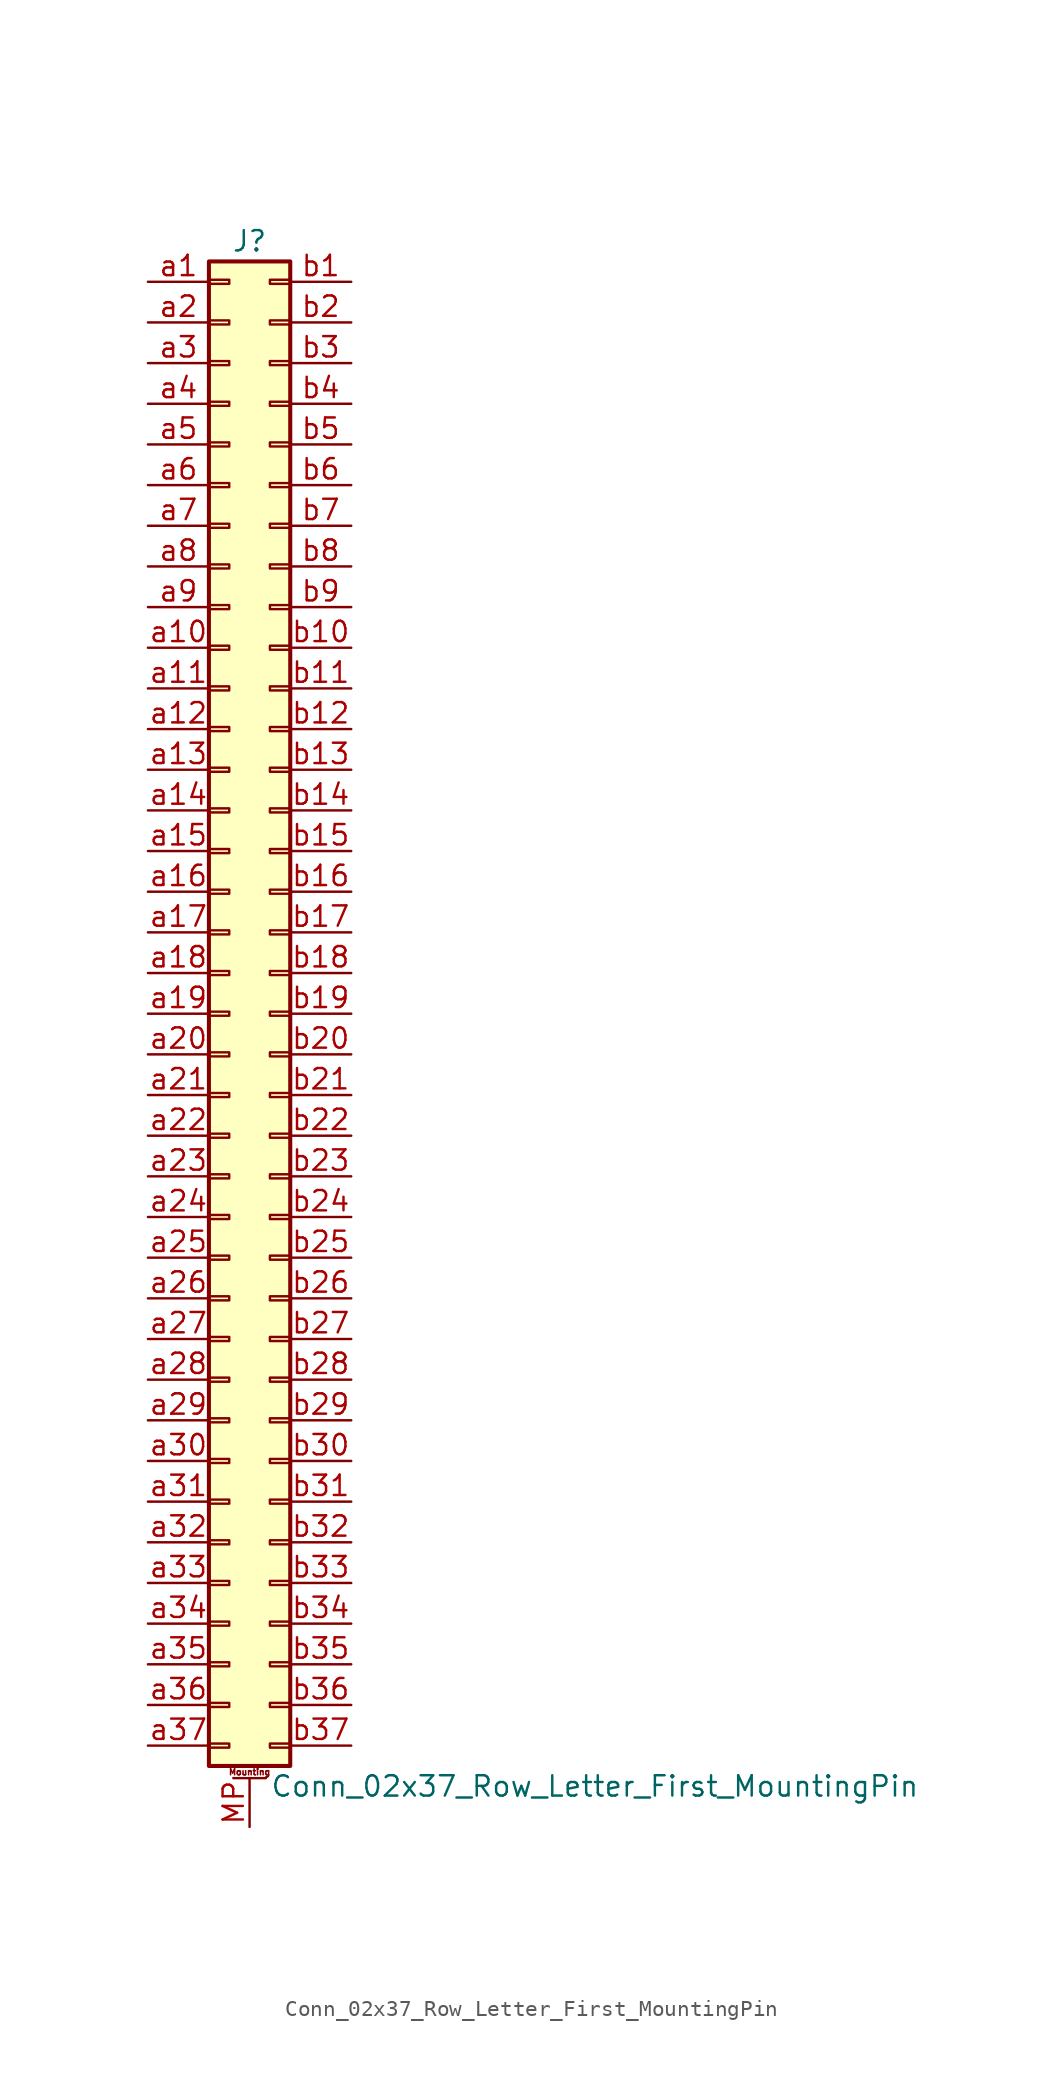
<source format=kicad_sym>
(kicad_symbol_lib
  (version 20201005)
  (generator kicad_symbol_editor)
  (symbol "Connector_Generic_MountingPin:Conn_02x37_Row_Letter_First_MountingPin"
    (pin_names
      (offset 1.016) hide)
    (property "Reference" "J"
      (at 1.27 48.26 0)
      (effects (font (size 1.27 1.27))))
    (property "Value" "Conn_02x37_Row_Letter_First_MountingPin"
      (at 2.54 -48.26 0)
      (effects (font (size 1.27 1.27)) (justify left)))
    (symbol "Conn_02x37_Row_Letter_First_MountingPin_1_1"
      (text "Mounting" (at 1.27 -47.371 0) (effects (font (size 0.381 0.381))))
      (rectangle (start -1.27 -27.813) (end 0 -28.067) (stroke (width 0.152)) (fill (type none)))
      (rectangle (start -1.27 -30.353) (end 0 -30.607) (stroke (width 0.152)) (fill (type none)))
      (rectangle (start -1.27 -32.893) (end 0 -33.147) (stroke (width 0.152)) (fill (type none)))
      (rectangle (start -1.27 -35.433) (end 0 -35.687) (stroke (width 0.152)) (fill (type none)))
      (rectangle (start -1.27 -37.973) (end 0 -38.227) (stroke (width 0.152)) (fill (type none)))
      (rectangle (start -1.27 -40.513) (end 0 -40.767) (stroke (width 0.152)) (fill (type none)))
      (rectangle (start -1.27 -43.053) (end 0 -43.307) (stroke (width 0.152)) (fill (type none)))
      (rectangle (start -1.27 -45.593) (end 0 -45.847) (stroke (width 0.152)) (fill (type none)))
      (rectangle (start -1.27 -4.953) (end 0 -5.207) (stroke (width 0.152)) (fill (type none)))
      (rectangle (start -1.27 -7.493) (end 0 -7.747) (stroke (width 0.152)) (fill (type none)))
      (rectangle (start -1.27 -10.033) (end 0 -10.287) (stroke (width 0.152)) (fill (type none)))
      (rectangle (start -1.27 -12.573) (end 0 -12.827) (stroke (width 0.152)) (fill (type none)))
      (rectangle (start -1.27 -15.113) (end 0 -15.367) (stroke (width 0.152)) (fill (type none)))
      (rectangle (start -1.27 -17.653) (end 0 -17.907) (stroke (width 0.152)) (fill (type none)))
      (rectangle (start -1.27 -20.193) (end 0 -20.447) (stroke (width 0.152)) (fill (type none)))
      (rectangle (start -1.27 -22.733) (end 0 -22.987) (stroke (width 0.152)) (fill (type none)))
      (rectangle (start -1.27 -2.413) (end 0 -2.667) (stroke (width 0.152)) (fill (type none)))
      (rectangle (start -1.27 -25.273) (end 0 -25.527) (stroke (width 0.152)) (fill (type none)))
      (rectangle (start -1.27 25.527) (end 0 25.273) (stroke (width 0.152)) (fill (type none)))
      (rectangle (start -1.27 2.667) (end 0 2.413) (stroke (width 0.152)) (fill (type none)))
      (rectangle (start -1.27 28.067) (end 0 27.813) (stroke (width 0.152)) (fill (type none)))
      (rectangle (start -1.27 30.607) (end 0 30.353) (stroke (width 0.152)) (fill (type none)))
      (rectangle (start -1.27 33.147) (end 0 32.893) (stroke (width 0.152)) (fill (type none)))
      (rectangle (start -1.27 35.687) (end 0 35.433) (stroke (width 0.152)) (fill (type none)))
      (rectangle (start -1.27 38.227) (end 0 37.973) (stroke (width 0.152)) (fill (type none)))
      (rectangle (start -1.27 40.767) (end 0 40.513) (stroke (width 0.152)) (fill (type none)))
      (rectangle (start -1.27 43.307) (end 0 43.053) (stroke (width 0.152)) (fill (type none)))
      (rectangle (start -1.27 45.847) (end 0 45.593) (stroke (width 0.152)) (fill (type none)))
      (rectangle (start -1.27 46.99) (end 3.81 -46.99) (stroke (width 0.254)) (fill (type background)))
      (rectangle (start -1.27 5.207) (end 0 4.953) (stroke (width 0.152)) (fill (type none)))
      (rectangle (start -1.27 7.747) (end 0 7.493) (stroke (width 0.152)) (fill (type none)))
      (rectangle (start -1.27 10.287) (end 0 10.033) (stroke (width 0.152)) (fill (type none)))
      (rectangle (start -1.27 0.127) (end 0 -0.127) (stroke (width 0.152)) (fill (type none)))
      (rectangle (start -1.27 12.827) (end 0 12.573) (stroke (width 0.152)) (fill (type none)))
      (rectangle (start -1.27 15.367) (end 0 15.113) (stroke (width 0.152)) (fill (type none)))
      (rectangle (start -1.27 17.907) (end 0 17.653) (stroke (width 0.152)) (fill (type none)))
      (rectangle (start -1.27 20.447) (end 0 20.193) (stroke (width 0.152)) (fill (type none)))
      (rectangle (start -1.27 22.987) (end 0 22.733) (stroke (width 0.152)) (fill (type none)))
      (rectangle (start 3.81 -27.813) (end 2.54 -28.067) (stroke (width 0.152)) (fill (type none)))
      (rectangle (start 3.81 -30.353) (end 2.54 -30.607) (stroke (width 0.152)) (fill (type none)))
      (rectangle (start 3.81 -32.893) (end 2.54 -33.147) (stroke (width 0.152)) (fill (type none)))
      (rectangle (start 3.81 -35.433) (end 2.54 -35.687) (stroke (width 0.152)) (fill (type none)))
      (rectangle (start 3.81 -37.973) (end 2.54 -38.227) (stroke (width 0.152)) (fill (type none)))
      (rectangle (start 3.81 -40.513) (end 2.54 -40.767) (stroke (width 0.152)) (fill (type none)))
      (rectangle (start 3.81 -43.053) (end 2.54 -43.307) (stroke (width 0.152)) (fill (type none)))
      (rectangle (start 3.81 -45.593) (end 2.54 -45.847) (stroke (width 0.152)) (fill (type none)))
      (rectangle (start 3.81 -4.953) (end 2.54 -5.207) (stroke (width 0.152)) (fill (type none)))
      (rectangle (start 3.81 -7.493) (end 2.54 -7.747) (stroke (width 0.152)) (fill (type none)))
      (rectangle (start 3.81 -10.033) (end 2.54 -10.287) (stroke (width 0.152)) (fill (type none)))
      (rectangle (start 3.81 -12.573) (end 2.54 -12.827) (stroke (width 0.152)) (fill (type none)))
      (rectangle (start 3.81 -15.113) (end 2.54 -15.367) (stroke (width 0.152)) (fill (type none)))
      (rectangle (start 3.81 -17.653) (end 2.54 -17.907) (stroke (width 0.152)) (fill (type none)))
      (rectangle (start 3.81 -20.193) (end 2.54 -20.447) (stroke (width 0.152)) (fill (type none)))
      (rectangle (start 3.81 -22.733) (end 2.54 -22.987) (stroke (width 0.152)) (fill (type none)))
      (rectangle (start 3.81 -2.413) (end 2.54 -2.667) (stroke (width 0.152)) (fill (type none)))
      (rectangle (start 3.81 -25.273) (end 2.54 -25.527) (stroke (width 0.152)) (fill (type none)))
      (rectangle (start 3.81 25.527) (end 2.54 25.273) (stroke (width 0.152)) (fill (type none)))
      (rectangle (start 3.81 2.667) (end 2.54 2.413) (stroke (width 0.152)) (fill (type none)))
      (rectangle (start 3.81 28.067) (end 2.54 27.813) (stroke (width 0.152)) (fill (type none)))
      (rectangle (start 3.81 30.607) (end 2.54 30.353) (stroke (width 0.152)) (fill (type none)))
      (rectangle (start 3.81 33.147) (end 2.54 32.893) (stroke (width 0.152)) (fill (type none)))
      (rectangle (start 3.81 35.687) (end 2.54 35.433) (stroke (width 0.152)) (fill (type none)))
      (rectangle (start 3.81 38.227) (end 2.54 37.973) (stroke (width 0.152)) (fill (type none)))
      (rectangle (start 3.81 40.767) (end 2.54 40.513) (stroke (width 0.152)) (fill (type none)))
      (rectangle (start 3.81 43.307) (end 2.54 43.053) (stroke (width 0.152)) (fill (type none)))
      (rectangle (start 3.81 45.847) (end 2.54 45.593) (stroke (width 0.152)) (fill (type none)))
      (rectangle (start 3.81 5.207) (end 2.54 4.953) (stroke (width 0.152)) (fill (type none)))
      (rectangle (start 3.81 7.747) (end 2.54 7.493) (stroke (width 0.152)) (fill (type none)))
      (rectangle (start 3.81 10.287) (end 2.54 10.033) (stroke (width 0.152)) (fill (type none)))
      (rectangle (start 3.81 0.127) (end 2.54 -0.127) (stroke (width 0.152)) (fill (type none)))
      (rectangle (start 3.81 12.827) (end 2.54 12.573) (stroke (width 0.152)) (fill (type none)))
      (rectangle (start 3.81 15.367) (end 2.54 15.113) (stroke (width 0.152)) (fill (type none)))
      (rectangle (start 3.81 17.907) (end 2.54 17.653) (stroke (width 0.152)) (fill (type none)))
      (rectangle (start 3.81 20.447) (end 2.54 20.193) (stroke (width 0.152)) (fill (type none)))
      (rectangle (start 3.81 22.987) (end 2.54 22.733) (stroke (width 0.152)) (fill (type none)))
      (polyline (pts (xy 0.254 -47.752) (xy 2.286 -47.752)) (stroke (width 0.152)) (fill (type none)))
      (pin passive line (at 1.27 -50.8 90) (length 3.048) (name "MountPin" (effects (font (size 1.27 1.27)))) (number "MP" (effects (font (size 1.27 1.27)))))
      (pin passive line (at -5.08 45.72 0) (length 3.81) (name "Pin_a1" (effects (font (size 1.27 1.27)))) (number "a1" (effects (font (size 1.27 1.27)))))
      (pin passive line (at -5.08 22.86 0) (length 3.81) (name "Pin_a10" (effects (font (size 1.27 1.27)))) (number "a10" (effects (font (size 1.27 1.27)))))
      (pin passive line (at -5.08 20.32 0) (length 3.81) (name "Pin_a11" (effects (font (size 1.27 1.27)))) (number "a11" (effects (font (size 1.27 1.27)))))
      (pin passive line (at -5.08 17.78 0) (length 3.81) (name "Pin_a12" (effects (font (size 1.27 1.27)))) (number "a12" (effects (font (size 1.27 1.27)))))
      (pin passive line (at -5.08 15.24 0) (length 3.81) (name "Pin_a13" (effects (font (size 1.27 1.27)))) (number "a13" (effects (font (size 1.27 1.27)))))
      (pin passive line (at -5.08 12.7 0) (length 3.81) (name "Pin_a14" (effects (font (size 1.27 1.27)))) (number "a14" (effects (font (size 1.27 1.27)))))
      (pin passive line (at -5.08 10.16 0) (length 3.81) (name "Pin_a15" (effects (font (size 1.27 1.27)))) (number "a15" (effects (font (size 1.27 1.27)))))
      (pin passive line (at -5.08 7.62 0) (length 3.81) (name "Pin_a16" (effects (font (size 1.27 1.27)))) (number "a16" (effects (font (size 1.27 1.27)))))
      (pin passive line (at -5.08 5.08 0) (length 3.81) (name "Pin_a17" (effects (font (size 1.27 1.27)))) (number "a17" (effects (font (size 1.27 1.27)))))
      (pin passive line (at -5.08 2.54 0) (length 3.81) (name "Pin_a18" (effects (font (size 1.27 1.27)))) (number "a18" (effects (font (size 1.27 1.27)))))
      (pin passive line (at -5.08 0 0) (length 3.81) (name "Pin_a19" (effects (font (size 1.27 1.27)))) (number "a19" (effects (font (size 1.27 1.27)))))
      (pin passive line (at -5.08 43.18 0) (length 3.81) (name "Pin_a2" (effects (font (size 1.27 1.27)))) (number "a2" (effects (font (size 1.27 1.27)))))
      (pin passive line (at -5.08 -2.54 0) (length 3.81) (name "Pin_a20" (effects (font (size 1.27 1.27)))) (number "a20" (effects (font (size 1.27 1.27)))))
      (pin passive line (at -5.08 -5.08 0) (length 3.81) (name "Pin_a21" (effects (font (size 1.27 1.27)))) (number "a21" (effects (font (size 1.27 1.27)))))
      (pin passive line (at -5.08 -7.62 0) (length 3.81) (name "Pin_a22" (effects (font (size 1.27 1.27)))) (number "a22" (effects (font (size 1.27 1.27)))))
      (pin passive line (at -5.08 -10.16 0) (length 3.81) (name "Pin_a23" (effects (font (size 1.27 1.27)))) (number "a23" (effects (font (size 1.27 1.27)))))
      (pin passive line (at -5.08 -12.7 0) (length 3.81) (name "Pin_a24" (effects (font (size 1.27 1.27)))) (number "a24" (effects (font (size 1.27 1.27)))))
      (pin passive line (at -5.08 -15.24 0) (length 3.81) (name "Pin_a25" (effects (font (size 1.27 1.27)))) (number "a25" (effects (font (size 1.27 1.27)))))
      (pin passive line (at -5.08 -17.78 0) (length 3.81) (name "Pin_a26" (effects (font (size 1.27 1.27)))) (number "a26" (effects (font (size 1.27 1.27)))))
      (pin passive line (at -5.08 -20.32 0) (length 3.81) (name "Pin_a27" (effects (font (size 1.27 1.27)))) (number "a27" (effects (font (size 1.27 1.27)))))
      (pin passive line (at -5.08 -22.86 0) (length 3.81) (name "Pin_a28" (effects (font (size 1.27 1.27)))) (number "a28" (effects (font (size 1.27 1.27)))))
      (pin passive line (at -5.08 -25.4 0) (length 3.81) (name "Pin_a29" (effects (font (size 1.27 1.27)))) (number "a29" (effects (font (size 1.27 1.27)))))
      (pin passive line (at -5.08 40.64 0) (length 3.81) (name "Pin_a3" (effects (font (size 1.27 1.27)))) (number "a3" (effects (font (size 1.27 1.27)))))
      (pin passive line (at -5.08 -27.94 0) (length 3.81) (name "Pin_a30" (effects (font (size 1.27 1.27)))) (number "a30" (effects (font (size 1.27 1.27)))))
      (pin passive line (at -5.08 -30.48 0) (length 3.81) (name "Pin_a31" (effects (font (size 1.27 1.27)))) (number "a31" (effects (font (size 1.27 1.27)))))
      (pin passive line (at -5.08 -33.02 0) (length 3.81) (name "Pin_a32" (effects (font (size 1.27 1.27)))) (number "a32" (effects (font (size 1.27 1.27)))))
      (pin passive line (at -5.08 -35.56 0) (length 3.81) (name "Pin_a33" (effects (font (size 1.27 1.27)))) (number "a33" (effects (font (size 1.27 1.27)))))
      (pin passive line (at -5.08 -38.1 0) (length 3.81) (name "Pin_a34" (effects (font (size 1.27 1.27)))) (number "a34" (effects (font (size 1.27 1.27)))))
      (pin passive line (at -5.08 -40.64 0) (length 3.81) (name "Pin_a35" (effects (font (size 1.27 1.27)))) (number "a35" (effects (font (size 1.27 1.27)))))
      (pin passive line (at -5.08 -43.18 0) (length 3.81) (name "Pin_a36" (effects (font (size 1.27 1.27)))) (number "a36" (effects (font (size 1.27 1.27)))))
      (pin passive line (at -5.08 -45.72 0) (length 3.81) (name "Pin_a37" (effects (font (size 1.27 1.27)))) (number "a37" (effects (font (size 1.27 1.27)))))
      (pin passive line (at -5.08 38.1 0) (length 3.81) (name "Pin_a4" (effects (font (size 1.27 1.27)))) (number "a4" (effects (font (size 1.27 1.27)))))
      (pin passive line (at -5.08 35.56 0) (length 3.81) (name "Pin_a5" (effects (font (size 1.27 1.27)))) (number "a5" (effects (font (size 1.27 1.27)))))
      (pin passive line (at -5.08 33.02 0) (length 3.81) (name "Pin_a6" (effects (font (size 1.27 1.27)))) (number "a6" (effects (font (size 1.27 1.27)))))
      (pin passive line (at -5.08 30.48 0) (length 3.81) (name "Pin_a7" (effects (font (size 1.27 1.27)))) (number "a7" (effects (font (size 1.27 1.27)))))
      (pin passive line (at -5.08 27.94 0) (length 3.81) (name "Pin_a8" (effects (font (size 1.27 1.27)))) (number "a8" (effects (font (size 1.27 1.27)))))
      (pin passive line (at -5.08 25.4 0) (length 3.81) (name "Pin_a9" (effects (font (size 1.27 1.27)))) (number "a9" (effects (font (size 1.27 1.27)))))
      (pin passive line (at 7.62 45.72 180) (length 3.81) (name "Pin_b1" (effects (font (size 1.27 1.27)))) (number "b1" (effects (font (size 1.27 1.27)))))
      (pin passive line (at 7.62 22.86 180) (length 3.81) (name "Pin_b10" (effects (font (size 1.27 1.27)))) (number "b10" (effects (font (size 1.27 1.27)))))
      (pin passive line (at 7.62 20.32 180) (length 3.81) (name "Pin_b11" (effects (font (size 1.27 1.27)))) (number "b11" (effects (font (size 1.27 1.27)))))
      (pin passive line (at 7.62 17.78 180) (length 3.81) (name "Pin_b12" (effects (font (size 1.27 1.27)))) (number "b12" (effects (font (size 1.27 1.27)))))
      (pin passive line (at 7.62 15.24 180) (length 3.81) (name "Pin_b13" (effects (font (size 1.27 1.27)))) (number "b13" (effects (font (size 1.27 1.27)))))
      (pin passive line (at 7.62 12.7 180) (length 3.81) (name "Pin_b14" (effects (font (size 1.27 1.27)))) (number "b14" (effects (font (size 1.27 1.27)))))
      (pin passive line (at 7.62 10.16 180) (length 3.81) (name "Pin_b15" (effects (font (size 1.27 1.27)))) (number "b15" (effects (font (size 1.27 1.27)))))
      (pin passive line (at 7.62 7.62 180) (length 3.81) (name "Pin_b16" (effects (font (size 1.27 1.27)))) (number "b16" (effects (font (size 1.27 1.27)))))
      (pin passive line (at 7.62 5.08 180) (length 3.81) (name "Pin_b17" (effects (font (size 1.27 1.27)))) (number "b17" (effects (font (size 1.27 1.27)))))
      (pin passive line (at 7.62 2.54 180) (length 3.81) (name "Pin_b18" (effects (font (size 1.27 1.27)))) (number "b18" (effects (font (size 1.27 1.27)))))
      (pin passive line (at 7.62 0 180) (length 3.81) (name "Pin_b19" (effects (font (size 1.27 1.27)))) (number "b19" (effects (font (size 1.27 1.27)))))
      (pin passive line (at 7.62 43.18 180) (length 3.81) (name "Pin_b2" (effects (font (size 1.27 1.27)))) (number "b2" (effects (font (size 1.27 1.27)))))
      (pin passive line (at 7.62 -2.54 180) (length 3.81) (name "Pin_b20" (effects (font (size 1.27 1.27)))) (number "b20" (effects (font (size 1.27 1.27)))))
      (pin passive line (at 7.62 -5.08 180) (length 3.81) (name "Pin_b21" (effects (font (size 1.27 1.27)))) (number "b21" (effects (font (size 1.27 1.27)))))
      (pin passive line (at 7.62 -7.62 180) (length 3.81) (name "Pin_b22" (effects (font (size 1.27 1.27)))) (number "b22" (effects (font (size 1.27 1.27)))))
      (pin passive line (at 7.62 -10.16 180) (length 3.81) (name "Pin_b23" (effects (font (size 1.27 1.27)))) (number "b23" (effects (font (size 1.27 1.27)))))
      (pin passive line (at 7.62 -12.7 180) (length 3.81) (name "Pin_b24" (effects (font (size 1.27 1.27)))) (number "b24" (effects (font (size 1.27 1.27)))))
      (pin passive line (at 7.62 -15.24 180) (length 3.81) (name "Pin_b25" (effects (font (size 1.27 1.27)))) (number "b25" (effects (font (size 1.27 1.27)))))
      (pin passive line (at 7.62 -17.78 180) (length 3.81) (name "Pin_b26" (effects (font (size 1.27 1.27)))) (number "b26" (effects (font (size 1.27 1.27)))))
      (pin passive line (at 7.62 -20.32 180) (length 3.81) (name "Pin_b27" (effects (font (size 1.27 1.27)))) (number "b27" (effects (font (size 1.27 1.27)))))
      (pin passive line (at 7.62 -22.86 180) (length 3.81) (name "Pin_b28" (effects (font (size 1.27 1.27)))) (number "b28" (effects (font (size 1.27 1.27)))))
      (pin passive line (at 7.62 -25.4 180) (length 3.81) (name "Pin_b29" (effects (font (size 1.27 1.27)))) (number "b29" (effects (font (size 1.27 1.27)))))
      (pin passive line (at 7.62 40.64 180) (length 3.81) (name "Pin_b3" (effects (font (size 1.27 1.27)))) (number "b3" (effects (font (size 1.27 1.27)))))
      (pin passive line (at 7.62 -27.94 180) (length 3.81) (name "Pin_b30" (effects (font (size 1.27 1.27)))) (number "b30" (effects (font (size 1.27 1.27)))))
      (pin passive line (at 7.62 -30.48 180) (length 3.81) (name "Pin_b31" (effects (font (size 1.27 1.27)))) (number "b31" (effects (font (size 1.27 1.27)))))
      (pin passive line (at 7.62 -33.02 180) (length 3.81) (name "Pin_b32" (effects (font (size 1.27 1.27)))) (number "b32" (effects (font (size 1.27 1.27)))))
      (pin passive line (at 7.62 -35.56 180) (length 3.81) (name "Pin_b33" (effects (font (size 1.27 1.27)))) (number "b33" (effects (font (size 1.27 1.27)))))
      (pin passive line (at 7.62 -38.1 180) (length 3.81) (name "Pin_b34" (effects (font (size 1.27 1.27)))) (number "b34" (effects (font (size 1.27 1.27)))))
      (pin passive line (at 7.62 -40.64 180) (length 3.81) (name "Pin_b35" (effects (font (size 1.27 1.27)))) (number "b35" (effects (font (size 1.27 1.27)))))
      (pin passive line (at 7.62 -43.18 180) (length 3.81) (name "Pin_b36" (effects (font (size 1.27 1.27)))) (number "b36" (effects (font (size 1.27 1.27)))))
      (pin passive line (at 7.62 -45.72 180) (length 3.81) (name "Pin_b37" (effects (font (size 1.27 1.27)))) (number "b37" (effects (font (size 1.27 1.27)))))
      (pin passive line (at 7.62 38.1 180) (length 3.81) (name "Pin_b4" (effects (font (size 1.27 1.27)))) (number "b4" (effects (font (size 1.27 1.27)))))
      (pin passive line (at 7.62 35.56 180) (length 3.81) (name "Pin_b5" (effects (font (size 1.27 1.27)))) (number "b5" (effects (font (size 1.27 1.27)))))
      (pin passive line (at 7.62 33.02 180) (length 3.81) (name "Pin_b6" (effects (font (size 1.27 1.27)))) (number "b6" (effects (font (size 1.27 1.27)))))
      (pin passive line (at 7.62 30.48 180) (length 3.81) (name "Pin_b7" (effects (font (size 1.27 1.27)))) (number "b7" (effects (font (size 1.27 1.27)))))
      (pin passive line (at 7.62 27.94 180) (length 3.81) (name "Pin_b8" (effects (font (size 1.27 1.27)))) (number "b8" (effects (font (size 1.27 1.27)))))
      (pin passive line (at 7.62 25.4 180) (length 3.81) (name "Pin_b9" (effects (font (size 1.27 1.27)))) (number "b9" (effects (font (size 1.27 1.27))))))))
</source>
